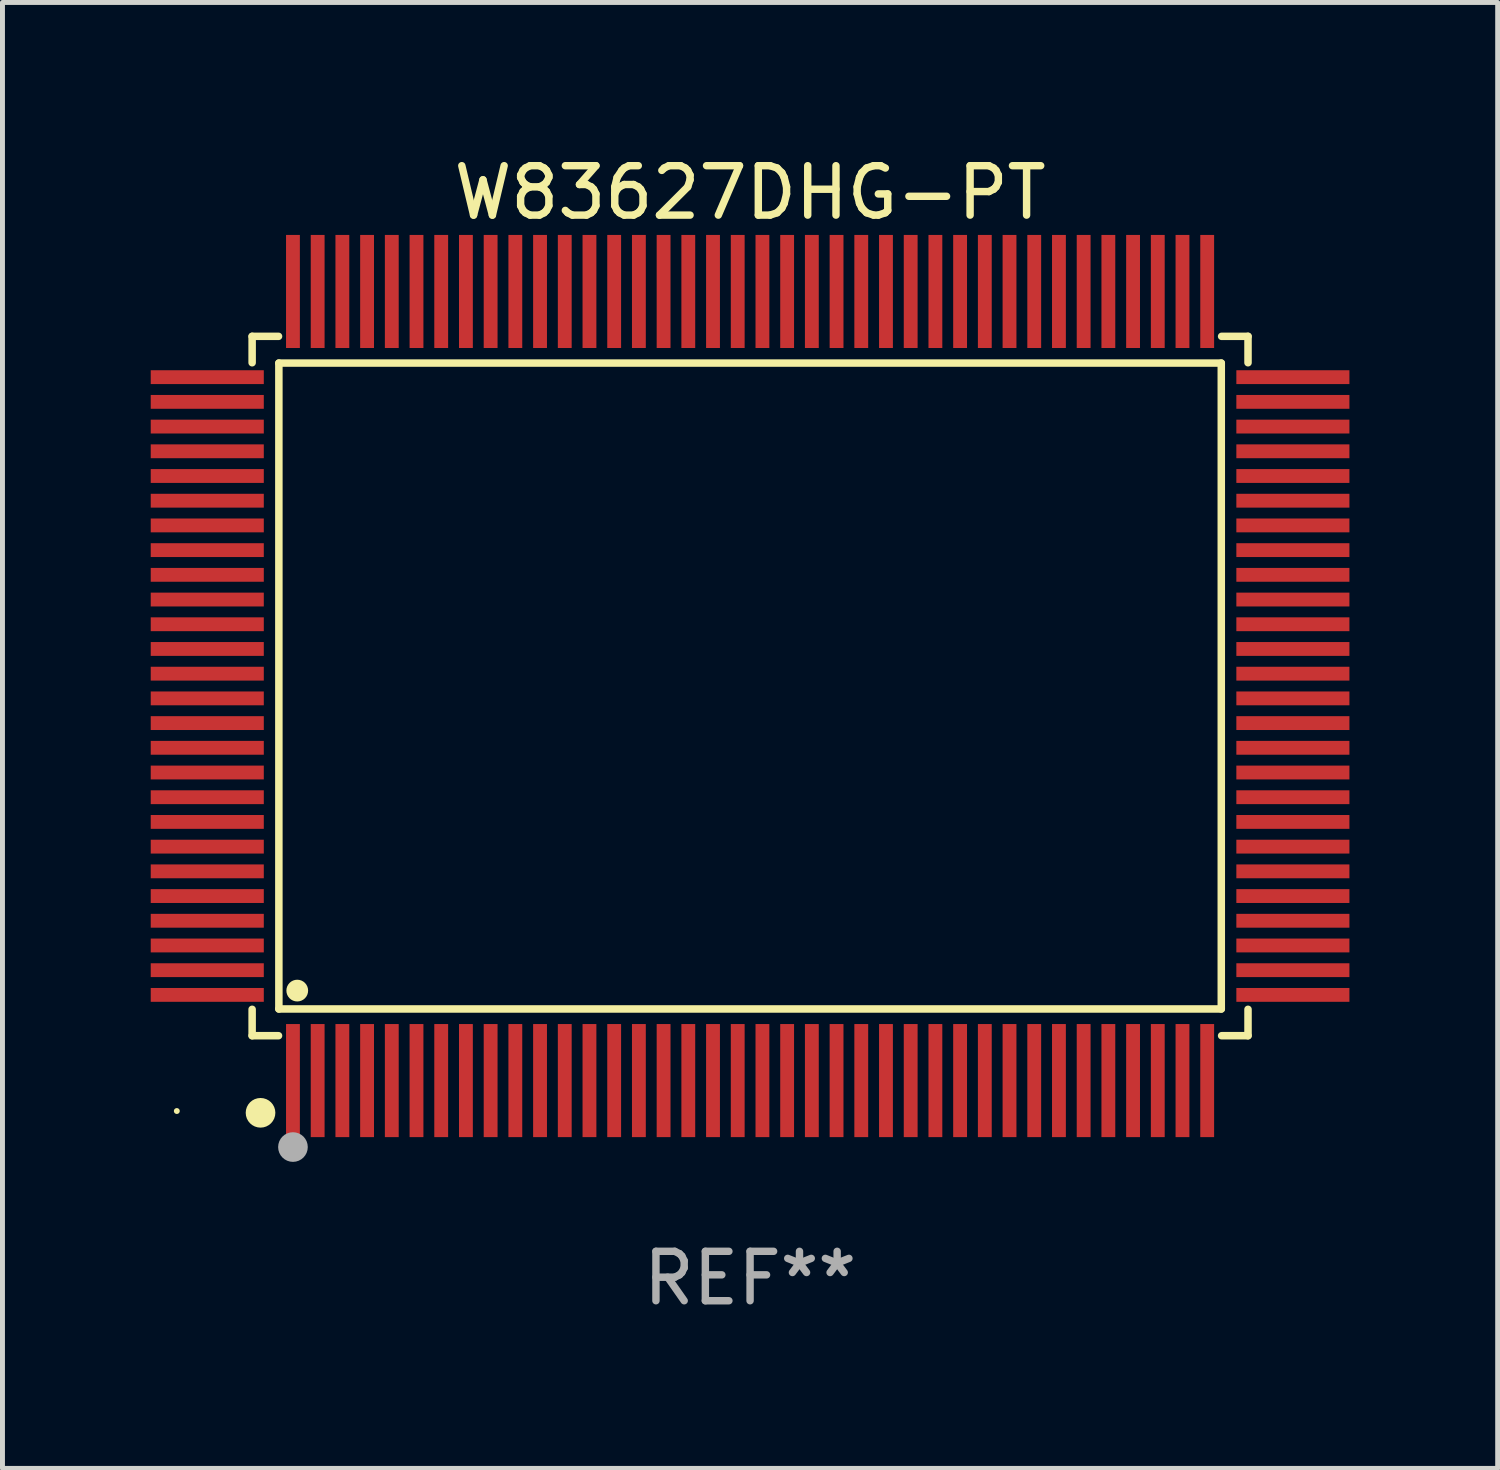
<source format=kicad_pcb>
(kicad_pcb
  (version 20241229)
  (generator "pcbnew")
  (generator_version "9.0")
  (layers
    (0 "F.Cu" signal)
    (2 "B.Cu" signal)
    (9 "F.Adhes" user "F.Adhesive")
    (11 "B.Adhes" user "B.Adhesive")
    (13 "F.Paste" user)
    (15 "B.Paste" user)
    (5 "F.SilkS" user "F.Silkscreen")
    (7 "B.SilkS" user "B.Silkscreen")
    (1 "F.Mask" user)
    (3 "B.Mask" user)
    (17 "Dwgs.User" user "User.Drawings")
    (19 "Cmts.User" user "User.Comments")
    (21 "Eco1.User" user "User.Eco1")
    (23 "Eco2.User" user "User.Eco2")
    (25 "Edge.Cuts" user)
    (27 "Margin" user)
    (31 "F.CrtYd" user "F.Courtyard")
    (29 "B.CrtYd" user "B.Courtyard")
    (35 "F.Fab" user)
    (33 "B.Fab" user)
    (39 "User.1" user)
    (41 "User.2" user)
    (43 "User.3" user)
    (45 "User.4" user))
  (footprint "W83627DHG-PT"
    (layer "F.Cu")
    (at 12.128 10.832)
    (property "Reference" "W83627DHG-PT" (at 0 -9.984 0) (layer "F.SilkS") (effects (font (size 1 1) (thickness 0.15))))
    (attr through_hole)
    (fp_line (start -10.076 -7.076) (end -10.076 -6.542) (stroke (width 0.152) (type solid)) (layer "F.SilkS"))
    (fp_line (start -10.076 7.076) (end -10.076 6.542) (stroke (width 0.152) (type solid)) (layer "F.SilkS"))
    (fp_line (start -9.542 -7.076) (end -10.076 -7.076) (stroke (width 0.152) (type solid)) (layer "F.SilkS"))
    (fp_line (start -9.542 7.076) (end -10.076 7.076) (stroke (width 0.152) (type solid)) (layer "F.SilkS"))
    (fp_line (start -9.535 -6.535) (end 9.535 -6.535) (stroke (width 0.152) (type solid)) (layer "F.SilkS"))
    (fp_line (start -9.535 6.535) (end -9.535 -6.535) (stroke (width 0.152) (type solid)) (layer "F.SilkS"))
    (fp_line (start 9.535 -6.535) (end 9.535 6.535) (stroke (width 0.152) (type solid)) (layer "F.SilkS"))
    (fp_line (start 9.535 6.535) (end -9.535 6.535) (stroke (width 0.152) (type solid)) (layer "F.SilkS"))
    (fp_line (start 9.542 -7.076) (end 10.076 -7.076) (stroke (width 0.152) (type solid)) (layer "F.SilkS"))
    (fp_line (start 9.542 7.076) (end 10.076 7.076) (stroke (width 0.152) (type solid)) (layer "F.SilkS"))
    (fp_line (start 10.076 -7.076) (end 10.076 -6.542) (stroke (width 0.152) (type solid)) (layer "F.SilkS"))
    (fp_line (start 10.076 7.076) (end 10.076 6.542) (stroke (width 0.152) (type solid)) (layer "F.SilkS"))
    (fp_circle (center -11.6 8.6) (end -11.57 8.6) (stroke (width 0.06) (type solid)) (fill no) (layer "F.SilkS"))
    (fp_circle (center -9.906 8.636) (end -9.756 8.636) (stroke (width 0.3) (type solid)) (fill no) (layer "F.SilkS"))
    (fp_circle (center -9.163 6.163) (end -9.053 6.163) (stroke (width 0.22) (type solid)) (fill no) (layer "F.SilkS"))
    (fp_circle (center -9.25 9.329) (end -9.1 9.329) (stroke (width 0.3) (type solid)) (fill no) (layer "F.Fab"))
    (fp_text user "REF**" (at 0 11.984 0) (layer "F.Fab") (effects (font (size 1 1) (thickness 0.15))))
    (pad "1" smd rect (at -9.25 7.984) (size 0.28 2.288) (layers "F.Cu" "F.Mask" "F.Paste"))
    (pad "2" smd rect (at -8.75 7.984) (size 0.28 2.288) (layers "F.Cu" "F.Mask" "F.Paste"))
    (pad "3" smd rect (at -8.25 7.984) (size 0.28 2.288) (layers "F.Cu" "F.Mask" "F.Paste"))
    (pad "4" smd rect (at -7.75 7.984) (size 0.28 2.288) (layers "F.Cu" "F.Mask" "F.Paste"))
    (pad "5" smd rect (at -7.25 7.984) (size 0.28 2.288) (layers "F.Cu" "F.Mask" "F.Paste"))
    (pad "6" smd rect (at -6.75 7.984) (size 0.28 2.288) (layers "F.Cu" "F.Mask" "F.Paste"))
    (pad "7" smd rect (at -6.25 7.984) (size 0.28 2.288) (layers "F.Cu" "F.Mask" "F.Paste"))
    (pad "8" smd rect (at -5.75 7.984) (size 0.28 2.288) (layers "F.Cu" "F.Mask" "F.Paste"))
    (pad "9" smd rect (at -5.25 7.984) (size 0.28 2.288) (layers "F.Cu" "F.Mask" "F.Paste"))
    (pad "10" smd rect (at -4.75 7.984) (size 0.28 2.288) (layers "F.Cu" "F.Mask" "F.Paste"))
    (pad "11" smd rect (at -4.25 7.984) (size 0.28 2.288) (layers "F.Cu" "F.Mask" "F.Paste"))
    (pad "12" smd rect (at -3.75 7.984) (size 0.28 2.288) (layers "F.Cu" "F.Mask" "F.Paste"))
    (pad "13" smd rect (at -3.25 7.984) (size 0.28 2.288) (layers "F.Cu" "F.Mask" "F.Paste"))
    (pad "14" smd rect (at -2.75 7.984) (size 0.28 2.288) (layers "F.Cu" "F.Mask" "F.Paste"))
    (pad "15" smd rect (at -2.25 7.984) (size 0.28 2.288) (layers "F.Cu" "F.Mask" "F.Paste"))
    (pad "16" smd rect (at -1.75 7.984) (size 0.28 2.288) (layers "F.Cu" "F.Mask" "F.Paste"))
    (pad "17" smd rect (at -1.25 7.984) (size 0.28 2.288) (layers "F.Cu" "F.Mask" "F.Paste"))
    (pad "18" smd rect (at -0.75 7.984) (size 0.28 2.288) (layers "F.Cu" "F.Mask" "F.Paste"))
    (pad "19" smd rect (at -0.25 7.984) (size 0.28 2.288) (layers "F.Cu" "F.Mask" "F.Paste"))
    (pad "20" smd rect (at 0.25 7.984) (size 0.28 2.288) (layers "F.Cu" "F.Mask" "F.Paste"))
    (pad "21" smd rect (at 0.75 7.984) (size 0.28 2.288) (layers "F.Cu" "F.Mask" "F.Paste"))
    (pad "22" smd rect (at 1.25 7.984) (size 0.28 2.288) (layers "F.Cu" "F.Mask" "F.Paste"))
    (pad "23" smd rect (at 1.75 7.984) (size 0.28 2.288) (layers "F.Cu" "F.Mask" "F.Paste"))
    (pad "24" smd rect (at 2.25 7.984) (size 0.28 2.288) (layers "F.Cu" "F.Mask" "F.Paste"))
    (pad "25" smd rect (at 2.75 7.984) (size 0.28 2.288) (layers "F.Cu" "F.Mask" "F.Paste"))
    (pad "26" smd rect (at 3.25 7.984) (size 0.28 2.288) (layers "F.Cu" "F.Mask" "F.Paste"))
    (pad "27" smd rect (at 3.75 7.984) (size 0.28 2.288) (layers "F.Cu" "F.Mask" "F.Paste"))
    (pad "28" smd rect (at 4.25 7.984) (size 0.28 2.288) (layers "F.Cu" "F.Mask" "F.Paste"))
    (pad "29" smd rect (at 4.75 7.984) (size 0.28 2.288) (layers "F.Cu" "F.Mask" "F.Paste"))
    (pad "30" smd rect (at 5.25 7.984) (size 0.28 2.288) (layers "F.Cu" "F.Mask" "F.Paste"))
    (pad "31" smd rect (at 5.75 7.984) (size 0.28 2.288) (layers "F.Cu" "F.Mask" "F.Paste"))
    (pad "32" smd rect (at 6.25 7.984) (size 0.28 2.288) (layers "F.Cu" "F.Mask" "F.Paste"))
    (pad "33" smd rect (at 6.75 7.984) (size 0.28 2.288) (layers "F.Cu" "F.Mask" "F.Paste"))
    (pad "34" smd rect (at 7.25 7.984) (size 0.28 2.288) (layers "F.Cu" "F.Mask" "F.Paste"))
    (pad "35" smd rect (at 7.75 7.984) (size 0.28 2.288) (layers "F.Cu" "F.Mask" "F.Paste"))
    (pad "36" smd rect (at 8.25 7.984) (size 0.28 2.288) (layers "F.Cu" "F.Mask" "F.Paste"))
    (pad "37" smd rect (at 8.75 7.984) (size 0.28 2.288) (layers "F.Cu" "F.Mask" "F.Paste"))
    (pad "38" smd rect (at 9.25 7.984) (size 0.28 2.288) (layers "F.Cu" "F.Mask" "F.Paste"))
    (pad "39" smd rect (at 10.984 6.25) (size 2.288 0.28) (layers "F.Cu" "F.Mask" "F.Paste"))
    (pad "40" smd rect (at 10.984 5.75) (size 2.288 0.28) (layers "F.Cu" "F.Mask" "F.Paste"))
    (pad "41" smd rect (at 10.984 5.25) (size 2.288 0.28) (layers "F.Cu" "F.Mask" "F.Paste"))
    (pad "42" smd rect (at 10.984 4.75) (size 2.288 0.28) (layers "F.Cu" "F.Mask" "F.Paste"))
    (pad "43" smd rect (at 10.984 4.25) (size 2.288 0.28) (layers "F.Cu" "F.Mask" "F.Paste"))
    (pad "44" smd rect (at 10.984 3.75) (size 2.288 0.28) (layers "F.Cu" "F.Mask" "F.Paste"))
    (pad "45" smd rect (at 10.984 3.25) (size 2.288 0.28) (layers "F.Cu" "F.Mask" "F.Paste"))
    (pad "46" smd rect (at 10.984 2.75) (size 2.288 0.28) (layers "F.Cu" "F.Mask" "F.Paste"))
    (pad "47" smd rect (at 10.984 2.25) (size 2.288 0.28) (layers "F.Cu" "F.Mask" "F.Paste"))
    (pad "48" smd rect (at 10.984 1.75) (size 2.288 0.28) (layers "F.Cu" "F.Mask" "F.Paste"))
    (pad "49" smd rect (at 10.984 1.25) (size 2.288 0.28) (layers "F.Cu" "F.Mask" "F.Paste"))
    (pad "50" smd rect (at 10.984 0.75) (size 2.288 0.28) (layers "F.Cu" "F.Mask" "F.Paste"))
    (pad "51" smd rect (at 10.984 0.25) (size 2.288 0.28) (layers "F.Cu" "F.Mask" "F.Paste"))
    (pad "52" smd rect (at 10.984 -0.25) (size 2.288 0.28) (layers "F.Cu" "F.Mask" "F.Paste"))
    (pad "53" smd rect (at 10.984 -0.75) (size 2.288 0.28) (layers "F.Cu" "F.Mask" "F.Paste"))
    (pad "54" smd rect (at 10.984 -1.25) (size 2.288 0.28) (layers "F.Cu" "F.Mask" "F.Paste"))
    (pad "55" smd rect (at 10.984 -1.75) (size 2.288 0.28) (layers "F.Cu" "F.Mask" "F.Paste"))
    (pad "56" smd rect (at 10.984 -2.25) (size 2.288 0.28) (layers "F.Cu" "F.Mask" "F.Paste"))
    (pad "57" smd rect (at 10.984 -2.75) (size 2.288 0.28) (layers "F.Cu" "F.Mask" "F.Paste"))
    (pad "58" smd rect (at 10.984 -3.25) (size 2.288 0.28) (layers "F.Cu" "F.Mask" "F.Paste"))
    (pad "59" smd rect (at 10.984 -3.75) (size 2.288 0.28) (layers "F.Cu" "F.Mask" "F.Paste"))
    (pad "60" smd rect (at 10.984 -4.25) (size 2.288 0.28) (layers "F.Cu" "F.Mask" "F.Paste"))
    (pad "61" smd rect (at 10.984 -4.75) (size 2.288 0.28) (layers "F.Cu" "F.Mask" "F.Paste"))
    (pad "62" smd rect (at 10.984 -5.25) (size 2.288 0.28) (layers "F.Cu" "F.Mask" "F.Paste"))
    (pad "63" smd rect (at 10.984 -5.75) (size 2.288 0.28) (layers "F.Cu" "F.Mask" "F.Paste"))
    (pad "64" smd rect (at 10.984 -6.25) (size 2.288 0.28) (layers "F.Cu" "F.Mask" "F.Paste"))
    (pad "65" smd rect (at 9.25 -7.984) (size 0.28 2.288) (layers "F.Cu" "F.Mask" "F.Paste"))
    (pad "66" smd rect (at 8.75 -7.984) (size 0.28 2.288) (layers "F.Cu" "F.Mask" "F.Paste"))
    (pad "67" smd rect (at 8.25 -7.984) (size 0.28 2.288) (layers "F.Cu" "F.Mask" "F.Paste"))
    (pad "68" smd rect (at 7.75 -7.984) (size 0.28 2.288) (layers "F.Cu" "F.Mask" "F.Paste"))
    (pad "69" smd rect (at 7.25 -7.984) (size 0.28 2.288) (layers "F.Cu" "F.Mask" "F.Paste"))
    (pad "70" smd rect (at 6.75 -7.984) (size 0.28 2.288) (layers "F.Cu" "F.Mask" "F.Paste"))
    (pad "71" smd rect (at 6.25 -7.984) (size 0.28 2.288) (layers "F.Cu" "F.Mask" "F.Paste"))
    (pad "72" smd rect (at 5.75 -7.984) (size 0.28 2.288) (layers "F.Cu" "F.Mask" "F.Paste"))
    (pad "73" smd rect (at 5.25 -7.984) (size 0.28 2.288) (layers "F.Cu" "F.Mask" "F.Paste"))
    (pad "74" smd rect (at 4.75 -7.984) (size 0.28 2.288) (layers "F.Cu" "F.Mask" "F.Paste"))
    (pad "75" smd rect (at 4.25 -7.984) (size 0.28 2.288) (layers "F.Cu" "F.Mask" "F.Paste"))
    (pad "76" smd rect (at 3.75 -7.984) (size 0.28 2.288) (layers "F.Cu" "F.Mask" "F.Paste"))
    (pad "77" smd rect (at 3.25 -7.984) (size 0.28 2.288) (layers "F.Cu" "F.Mask" "F.Paste"))
    (pad "78" smd rect (at 2.75 -7.984) (size 0.28 2.288) (layers "F.Cu" "F.Mask" "F.Paste"))
    (pad "79" smd rect (at 2.25 -7.984) (size 0.28 2.288) (layers "F.Cu" "F.Mask" "F.Paste"))
    (pad "80" smd rect (at 1.75 -7.984) (size 0.28 2.288) (layers "F.Cu" "F.Mask" "F.Paste"))
    (pad "81" smd rect (at 1.25 -7.984) (size 0.28 2.288) (layers "F.Cu" "F.Mask" "F.Paste"))
    (pad "82" smd rect (at 0.75 -7.984) (size 0.28 2.288) (layers "F.Cu" "F.Mask" "F.Paste"))
    (pad "83" smd rect (at 0.25 -7.984) (size 0.28 2.288) (layers "F.Cu" "F.Mask" "F.Paste"))
    (pad "84" smd rect (at -0.25 -7.984) (size 0.28 2.288) (layers "F.Cu" "F.Mask" "F.Paste"))
    (pad "85" smd rect (at -0.75 -7.984) (size 0.28 2.288) (layers "F.Cu" "F.Mask" "F.Paste"))
    (pad "86" smd rect (at -1.25 -7.984) (size 0.28 2.288) (layers "F.Cu" "F.Mask" "F.Paste"))
    (pad "87" smd rect (at -1.75 -7.984) (size 0.28 2.288) (layers "F.Cu" "F.Mask" "F.Paste"))
    (pad "88" smd rect (at -2.25 -7.984) (size 0.28 2.288) (layers "F.Cu" "F.Mask" "F.Paste"))
    (pad "89" smd rect (at -2.75 -7.984) (size 0.28 2.288) (layers "F.Cu" "F.Mask" "F.Paste"))
    (pad "90" smd rect (at -3.25 -7.984) (size 0.28 2.288) (layers "F.Cu" "F.Mask" "F.Paste"))
    (pad "91" smd rect (at -3.75 -7.984) (size 0.28 2.288) (layers "F.Cu" "F.Mask" "F.Paste"))
    (pad "92" smd rect (at -4.25 -7.984) (size 0.28 2.288) (layers "F.Cu" "F.Mask" "F.Paste"))
    (pad "93" smd rect (at -4.75 -7.984) (size 0.28 2.288) (layers "F.Cu" "F.Mask" "F.Paste"))
    (pad "94" smd rect (at -5.25 -7.984) (size 0.28 2.288) (layers "F.Cu" "F.Mask" "F.Paste"))
    (pad "95" smd rect (at -5.75 -7.984) (size 0.28 2.288) (layers "F.Cu" "F.Mask" "F.Paste"))
    (pad "96" smd rect (at -6.25 -7.984) (size 0.28 2.288) (layers "F.Cu" "F.Mask" "F.Paste"))
    (pad "97" smd rect (at -6.75 -7.984) (size 0.28 2.288) (layers "F.Cu" "F.Mask" "F.Paste"))
    (pad "98" smd rect (at -7.25 -7.984) (size 0.28 2.288) (layers "F.Cu" "F.Mask" "F.Paste"))
    (pad "99" smd rect (at -7.75 -7.984) (size 0.28 2.288) (layers "F.Cu" "F.Mask" "F.Paste"))
    (pad "100" smd rect (at -8.25 -7.984) (size 0.28 2.288) (layers "F.Cu" "F.Mask" "F.Paste"))
    (pad "101" smd rect (at -8.75 -7.984) (size 0.28 2.288) (layers "F.Cu" "F.Mask" "F.Paste"))
    (pad "102" smd rect (at -9.25 -7.984) (size 0.28 2.288) (layers "F.Cu" "F.Mask" "F.Paste"))
    (pad "103" smd rect (at -10.984 -6.25) (size 2.288 0.28) (layers "F.Cu" "F.Mask" "F.Paste"))
    (pad "104" smd rect (at -10.984 -5.75) (size 2.288 0.28) (layers "F.Cu" "F.Mask" "F.Paste"))
    (pad "105" smd rect (at -10.984 -5.25) (size 2.288 0.28) (layers "F.Cu" "F.Mask" "F.Paste"))
    (pad "106" smd rect (at -10.984 -4.75) (size 2.288 0.28) (layers "F.Cu" "F.Mask" "F.Paste"))
    (pad "107" smd rect (at -10.984 -4.25) (size 2.288 0.28) (layers "F.Cu" "F.Mask" "F.Paste"))
    (pad "108" smd rect (at -10.984 -3.75) (size 2.288 0.28) (layers "F.Cu" "F.Mask" "F.Paste"))
    (pad "109" smd rect (at -10.984 -3.25) (size 2.288 0.28) (layers "F.Cu" "F.Mask" "F.Paste"))
    (pad "110" smd rect (at -10.984 -2.75) (size 2.288 0.28) (layers "F.Cu" "F.Mask" "F.Paste"))
    (pad "111" smd rect (at -10.984 -2.25) (size 2.288 0.28) (layers "F.Cu" "F.Mask" "F.Paste"))
    (pad "112" smd rect (at -10.984 -1.75) (size 2.288 0.28) (layers "F.Cu" "F.Mask" "F.Paste"))
    (pad "113" smd rect (at -10.984 -1.25) (size 2.288 0.28) (layers "F.Cu" "F.Mask" "F.Paste"))
    (pad "114" smd rect (at -10.984 -0.75) (size 2.288 0.28) (layers "F.Cu" "F.Mask" "F.Paste"))
    (pad "115" smd rect (at -10.984 -0.25) (size 2.288 0.28) (layers "F.Cu" "F.Mask" "F.Paste"))
    (pad "116" smd rect (at -10.984 0.25) (size 2.288 0.28) (layers "F.Cu" "F.Mask" "F.Paste"))
    (pad "117" smd rect (at -10.984 0.75) (size 2.288 0.28) (layers "F.Cu" "F.Mask" "F.Paste"))
    (pad "118" smd rect (at -10.984 1.25) (size 2.288 0.28) (layers "F.Cu" "F.Mask" "F.Paste"))
    (pad "119" smd rect (at -10.984 1.75) (size 2.288 0.28) (layers "F.Cu" "F.Mask" "F.Paste"))
    (pad "120" smd rect (at -10.984 2.25) (size 2.288 0.28) (layers "F.Cu" "F.Mask" "F.Paste"))
    (pad "121" smd rect (at -10.984 2.75) (size 2.288 0.28) (layers "F.Cu" "F.Mask" "F.Paste"))
    (pad "122" smd rect (at -10.984 3.25) (size 2.288 0.28) (layers "F.Cu" "F.Mask" "F.Paste"))
    (pad "123" smd rect (at -10.984 3.75) (size 2.288 0.28) (layers "F.Cu" "F.Mask" "F.Paste"))
    (pad "124" smd rect (at -10.984 4.25) (size 2.288 0.28) (layers "F.Cu" "F.Mask" "F.Paste"))
    (pad "125" smd rect (at -10.984 4.75) (size 2.288 0.28) (layers "F.Cu" "F.Mask" "F.Paste"))
    (pad "126" smd rect (at -10.984 5.25) (size 2.288 0.28) (layers "F.Cu" "F.Mask" "F.Paste"))
    (pad "127" smd rect (at -10.984 5.75) (size 2.288 0.28) (layers "F.Cu" "F.Mask" "F.Paste"))
    (pad "128" smd rect (at -10.984 6.25) (size 2.288 0.28) (layers "F.Cu" "F.Mask" "F.Paste")))
  (gr_rect
    (start -3 -3)
    (end 27.256 26.664)
    (stroke (width 0.1) (type default))
    (fill no)
    (layer "Edge.Cuts")))
</source>
